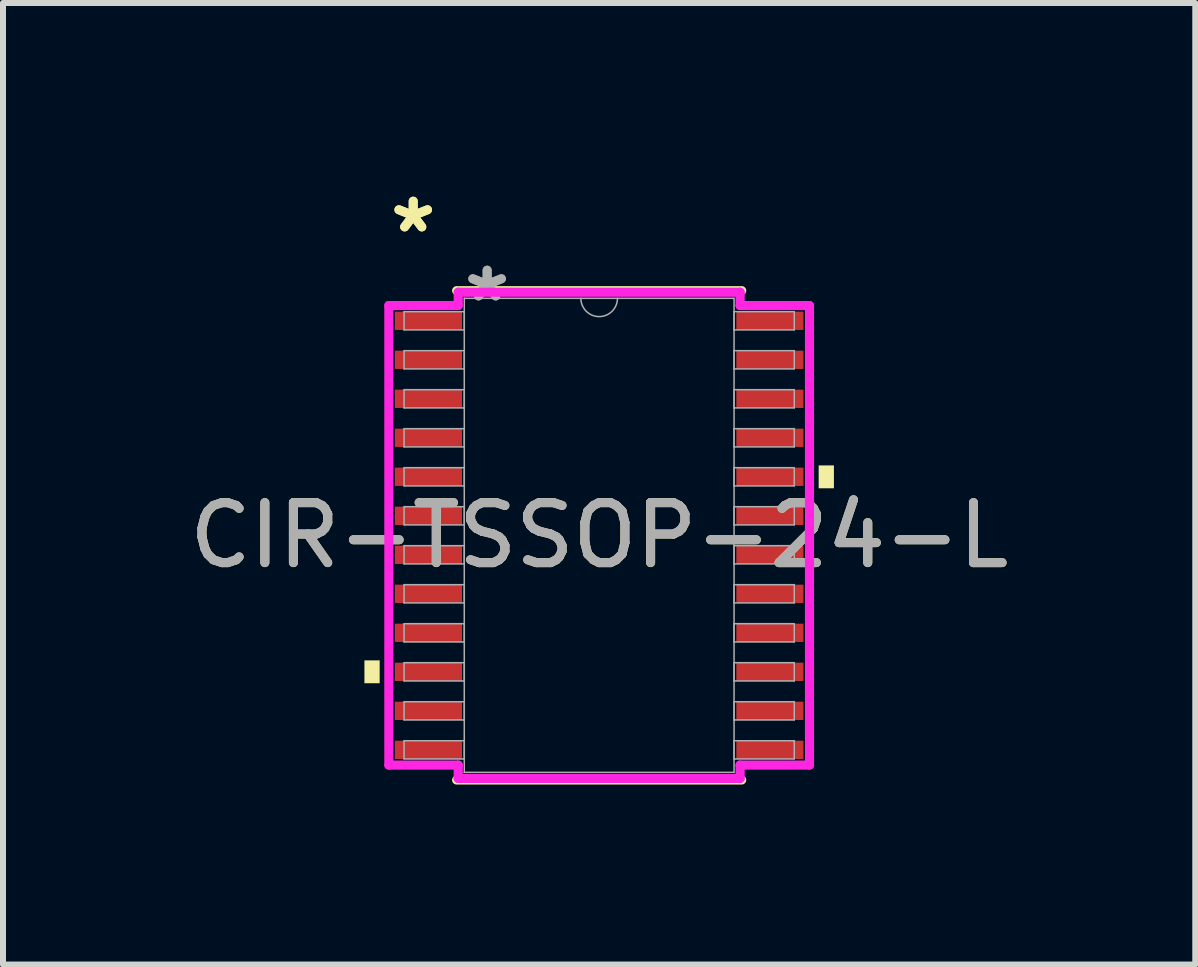
<source format=kicad_pcb>
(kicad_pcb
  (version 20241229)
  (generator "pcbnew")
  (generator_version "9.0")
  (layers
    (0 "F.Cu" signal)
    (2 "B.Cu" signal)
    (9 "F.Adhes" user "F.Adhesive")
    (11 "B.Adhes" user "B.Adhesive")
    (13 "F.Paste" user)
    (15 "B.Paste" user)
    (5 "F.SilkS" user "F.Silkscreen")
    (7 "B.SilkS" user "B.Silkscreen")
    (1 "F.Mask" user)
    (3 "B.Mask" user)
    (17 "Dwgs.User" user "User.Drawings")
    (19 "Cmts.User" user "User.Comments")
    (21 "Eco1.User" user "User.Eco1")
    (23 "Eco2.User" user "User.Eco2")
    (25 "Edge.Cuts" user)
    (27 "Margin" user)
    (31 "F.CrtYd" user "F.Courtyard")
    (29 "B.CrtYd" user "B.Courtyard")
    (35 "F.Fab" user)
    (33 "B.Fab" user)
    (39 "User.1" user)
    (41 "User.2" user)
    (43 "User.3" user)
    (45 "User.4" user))
  (footprint "CIR-TSSOP-24-L"
    (layer "F.Cu")
    (at 6.935 5.871)
    (property "Reference" "CIR-TSSOP-24-L" (at 0 0 0) (unlocked yes) (layer "F.SilkS") (effects (font (size 1 1) (thickness 0.15))))
    (attr smd)
    (fp_line (start -2.375 4.077) (end 2.375 4.077) (stroke (width 0.152) (type solid)) (layer "F.SilkS"))
    (fp_line (start 2.375 -4.077) (end -2.375 -4.077) (stroke (width 0.152) (type solid)) (layer "F.SilkS"))
    (fp_poly (pts (xy -3.912 2.084) (xy -3.912 2.465) (xy -3.658 2.465) (xy -3.658 2.084)) (stroke (width 0) (type solid)) (fill yes) (layer "F.SilkS"))
    (fp_poly (pts (xy 3.912 -1.165) (xy 3.912 -0.784) (xy 3.658 -0.784) (xy 3.658 -1.165)) (stroke (width 0) (type solid)) (fill yes) (layer "F.SilkS"))
    (fp_line (start -3.505 -3.829) (end -2.349 -3.829) (stroke (width 0.152) (type solid)) (layer "F.CrtYd"))
    (fp_line (start -3.505 3.829) (end -3.505 -3.829) (stroke (width 0.152) (type solid)) (layer "F.CrtYd"))
    (fp_line (start -3.505 3.829) (end -2.349 3.829) (stroke (width 0.152) (type solid)) (layer "F.CrtYd"))
    (fp_line (start -2.349 -4.051) (end 2.349 -4.051) (stroke (width 0.152) (type solid)) (layer "F.CrtYd"))
    (fp_line (start -2.349 -3.829) (end -2.349 -4.051) (stroke (width 0.152) (type solid)) (layer "F.CrtYd"))
    (fp_line (start -2.349 4.051) (end -2.349 3.829) (stroke (width 0.152) (type solid)) (layer "F.CrtYd"))
    (fp_line (start 2.349 -4.051) (end 2.349 -3.829) (stroke (width 0.152) (type solid)) (layer "F.CrtYd"))
    (fp_line (start 2.349 3.829) (end 2.349 4.051) (stroke (width 0.152) (type solid)) (layer "F.CrtYd"))
    (fp_line (start 2.349 4.051) (end -2.349 4.051) (stroke (width 0.152) (type solid)) (layer "F.CrtYd"))
    (fp_line (start 3.505 -3.829) (end 2.349 -3.829) (stroke (width 0.152) (type solid)) (layer "F.CrtYd"))
    (fp_line (start 3.505 -3.829) (end 3.505 3.829) (stroke (width 0.152) (type solid)) (layer "F.CrtYd"))
    (fp_line (start 3.505 3.829) (end 2.349 3.829) (stroke (width 0.152) (type solid)) (layer "F.CrtYd"))
    (fp_line (start -3.251 -3.727) (end -3.251 -3.423) (stroke (width 0.025) (type solid)) (layer "F.Fab"))
    (fp_line (start -3.251 -3.423) (end -2.248 -3.423) (stroke (width 0.025) (type solid)) (layer "F.Fab"))
    (fp_line (start -3.251 -3.077) (end -3.251 -2.773) (stroke (width 0.025) (type solid)) (layer "F.Fab"))
    (fp_line (start -3.251 -2.773) (end -2.248 -2.773) (stroke (width 0.025) (type solid)) (layer "F.Fab"))
    (fp_line (start -3.251 -2.427) (end -3.251 -2.123) (stroke (width 0.025) (type solid)) (layer "F.Fab"))
    (fp_line (start -3.251 -2.123) (end -2.248 -2.123) (stroke (width 0.025) (type solid)) (layer "F.Fab"))
    (fp_line (start -3.251 -1.777) (end -3.251 -1.473) (stroke (width 0.025) (type solid)) (layer "F.Fab"))
    (fp_line (start -3.251 -1.473) (end -2.248 -1.473) (stroke (width 0.025) (type solid)) (layer "F.Fab"))
    (fp_line (start -3.251 -1.127) (end -3.251 -0.823) (stroke (width 0.025) (type solid)) (layer "F.Fab"))
    (fp_line (start -3.251 -0.823) (end -2.248 -0.823) (stroke (width 0.025) (type solid)) (layer "F.Fab"))
    (fp_line (start -3.251 -0.477) (end -3.251 -0.173) (stroke (width 0.025) (type solid)) (layer "F.Fab"))
    (fp_line (start -3.251 -0.173) (end -2.248 -0.173) (stroke (width 0.025) (type solid)) (layer "F.Fab"))
    (fp_line (start -3.251 0.173) (end -3.251 0.477) (stroke (width 0.025) (type solid)) (layer "F.Fab"))
    (fp_line (start -3.251 0.477) (end -2.248 0.477) (stroke (width 0.025) (type solid)) (layer "F.Fab"))
    (fp_line (start -3.251 0.823) (end -3.251 1.127) (stroke (width 0.025) (type solid)) (layer "F.Fab"))
    (fp_line (start -3.251 1.127) (end -2.248 1.127) (stroke (width 0.025) (type solid)) (layer "F.Fab"))
    (fp_line (start -3.251 1.473) (end -3.251 1.777) (stroke (width 0.025) (type solid)) (layer "F.Fab"))
    (fp_line (start -3.251 1.777) (end -2.248 1.777) (stroke (width 0.025) (type solid)) (layer "F.Fab"))
    (fp_line (start -3.251 2.123) (end -3.251 2.427) (stroke (width 0.025) (type solid)) (layer "F.Fab"))
    (fp_line (start -3.251 2.427) (end -2.248 2.427) (stroke (width 0.025) (type solid)) (layer "F.Fab"))
    (fp_line (start -3.251 2.773) (end -3.251 3.077) (stroke (width 0.025) (type solid)) (layer "F.Fab"))
    (fp_line (start -3.251 3.077) (end -2.248 3.077) (stroke (width 0.025) (type solid)) (layer "F.Fab"))
    (fp_line (start -3.251 3.423) (end -3.251 3.727) (stroke (width 0.025) (type solid)) (layer "F.Fab"))
    (fp_line (start -3.251 3.727) (end -2.248 3.727) (stroke (width 0.025) (type solid)) (layer "F.Fab"))
    (fp_line (start -2.248 -3.95) (end -2.248 3.95) (stroke (width 0.025) (type solid)) (layer "F.Fab"))
    (fp_line (start -2.248 -3.727) (end -3.251 -3.727) (stroke (width 0.025) (type solid)) (layer "F.Fab"))
    (fp_line (start -2.248 -3.423) (end -2.248 -3.727) (stroke (width 0.025) (type solid)) (layer "F.Fab"))
    (fp_line (start -2.248 -3.077) (end -3.251 -3.077) (stroke (width 0.025) (type solid)) (layer "F.Fab"))
    (fp_line (start -2.248 -2.773) (end -2.248 -3.077) (stroke (width 0.025) (type solid)) (layer "F.Fab"))
    (fp_line (start -2.248 -2.427) (end -3.251 -2.427) (stroke (width 0.025) (type solid)) (layer "F.Fab"))
    (fp_line (start -2.248 -2.123) (end -2.248 -2.427) (stroke (width 0.025) (type solid)) (layer "F.Fab"))
    (fp_line (start -2.248 -1.777) (end -3.251 -1.777) (stroke (width 0.025) (type solid)) (layer "F.Fab"))
    (fp_line (start -2.248 -1.473) (end -2.248 -1.777) (stroke (width 0.025) (type solid)) (layer "F.Fab"))
    (fp_line (start -2.248 -1.127) (end -3.251 -1.127) (stroke (width 0.025) (type solid)) (layer "F.Fab"))
    (fp_line (start -2.248 -0.823) (end -2.248 -1.127) (stroke (width 0.025) (type solid)) (layer "F.Fab"))
    (fp_line (start -2.248 -0.477) (end -3.251 -0.477) (stroke (width 0.025) (type solid)) (layer "F.Fab"))
    (fp_line (start -2.248 -0.173) (end -2.248 -0.477) (stroke (width 0.025) (type solid)) (layer "F.Fab"))
    (fp_line (start -2.248 0.173) (end -3.251 0.173) (stroke (width 0.025) (type solid)) (layer "F.Fab"))
    (fp_line (start -2.248 0.477) (end -2.248 0.173) (stroke (width 0.025) (type solid)) (layer "F.Fab"))
    (fp_line (start -2.248 0.823) (end -3.251 0.823) (stroke (width 0.025) (type solid)) (layer "F.Fab"))
    (fp_line (start -2.248 1.127) (end -2.248 0.823) (stroke (width 0.025) (type solid)) (layer "F.Fab"))
    (fp_line (start -2.248 1.473) (end -3.251 1.473) (stroke (width 0.025) (type solid)) (layer "F.Fab"))
    (fp_line (start -2.248 1.777) (end -2.248 1.473) (stroke (width 0.025) (type solid)) (layer "F.Fab"))
    (fp_line (start -2.248 2.123) (end -3.251 2.123) (stroke (width 0.025) (type solid)) (layer "F.Fab"))
    (fp_line (start -2.248 2.427) (end -2.248 2.123) (stroke (width 0.025) (type solid)) (layer "F.Fab"))
    (fp_line (start -2.248 2.773) (end -3.251 2.773) (stroke (width 0.025) (type solid)) (layer "F.Fab"))
    (fp_line (start -2.248 3.077) (end -2.248 2.773) (stroke (width 0.025) (type solid)) (layer "F.Fab"))
    (fp_line (start -2.248 3.423) (end -3.251 3.423) (stroke (width 0.025) (type solid)) (layer "F.Fab"))
    (fp_line (start -2.248 3.727) (end -2.248 3.423) (stroke (width 0.025) (type solid)) (layer "F.Fab"))
    (fp_line (start -2.248 3.95) (end 2.248 3.95) (stroke (width 0.025) (type solid)) (layer "F.Fab"))
    (fp_line (start 2.248 -3.95) (end -2.248 -3.95) (stroke (width 0.025) (type solid)) (layer "F.Fab"))
    (fp_line (start 2.248 -3.727) (end 2.248 -3.423) (stroke (width 0.025) (type solid)) (layer "F.Fab"))
    (fp_line (start 2.248 -3.423) (end 3.251 -3.423) (stroke (width 0.025) (type solid)) (layer "F.Fab"))
    (fp_line (start 2.248 -3.077) (end 2.248 -2.773) (stroke (width 0.025) (type solid)) (layer "F.Fab"))
    (fp_line (start 2.248 -2.773) (end 3.251 -2.773) (stroke (width 0.025) (type solid)) (layer "F.Fab"))
    (fp_line (start 2.248 -2.427) (end 2.248 -2.123) (stroke (width 0.025) (type solid)) (layer "F.Fab"))
    (fp_line (start 2.248 -2.123) (end 3.251 -2.123) (stroke (width 0.025) (type solid)) (layer "F.Fab"))
    (fp_line (start 2.248 -1.777) (end 2.248 -1.473) (stroke (width 0.025) (type solid)) (layer "F.Fab"))
    (fp_line (start 2.248 -1.473) (end 3.251 -1.473) (stroke (width 0.025) (type solid)) (layer "F.Fab"))
    (fp_line (start 2.248 -1.127) (end 2.248 -0.823) (stroke (width 0.025) (type solid)) (layer "F.Fab"))
    (fp_line (start 2.248 -0.823) (end 3.251 -0.823) (stroke (width 0.025) (type solid)) (layer "F.Fab"))
    (fp_line (start 2.248 -0.477) (end 2.248 -0.173) (stroke (width 0.025) (type solid)) (layer "F.Fab"))
    (fp_line (start 2.248 -0.173) (end 3.251 -0.173) (stroke (width 0.025) (type solid)) (layer "F.Fab"))
    (fp_line (start 2.248 0.173) (end 2.248 0.477) (stroke (width 0.025) (type solid)) (layer "F.Fab"))
    (fp_line (start 2.248 0.477) (end 3.251 0.477) (stroke (width 0.025) (type solid)) (layer "F.Fab"))
    (fp_line (start 2.248 0.823) (end 2.248 1.127) (stroke (width 0.025) (type solid)) (layer "F.Fab"))
    (fp_line (start 2.248 1.127) (end 3.251 1.127) (stroke (width 0.025) (type solid)) (layer "F.Fab"))
    (fp_line (start 2.248 1.473) (end 2.248 1.777) (stroke (width 0.025) (type solid)) (layer "F.Fab"))
    (fp_line (start 2.248 1.777) (end 3.251 1.777) (stroke (width 0.025) (type solid)) (layer "F.Fab"))
    (fp_line (start 2.248 2.123) (end 2.248 2.427) (stroke (width 0.025) (type solid)) (layer "F.Fab"))
    (fp_line (start 2.248 2.427) (end 3.251 2.427) (stroke (width 0.025) (type solid)) (layer "F.Fab"))
    (fp_line (start 2.248 2.773) (end 2.248 3.077) (stroke (width 0.025) (type solid)) (layer "F.Fab"))
    (fp_line (start 2.248 3.077) (end 3.251 3.077) (stroke (width 0.025) (type solid)) (layer "F.Fab"))
    (fp_line (start 2.248 3.423) (end 2.248 3.727) (stroke (width 0.025) (type solid)) (layer "F.Fab"))
    (fp_line (start 2.248 3.727) (end 3.251 3.727) (stroke (width 0.025) (type solid)) (layer "F.Fab"))
    (fp_line (start 2.248 3.95) (end 2.248 -3.95) (stroke (width 0.025) (type solid)) (layer "F.Fab"))
    (fp_line (start 3.251 -3.727) (end 2.248 -3.727) (stroke (width 0.025) (type solid)) (layer "F.Fab"))
    (fp_line (start 3.251 -3.423) (end 3.251 -3.727) (stroke (width 0.025) (type solid)) (layer "F.Fab"))
    (fp_line (start 3.251 -3.077) (end 2.248 -3.077) (stroke (width 0.025) (type solid)) (layer "F.Fab"))
    (fp_line (start 3.251 -2.773) (end 3.251 -3.077) (stroke (width 0.025) (type solid)) (layer "F.Fab"))
    (fp_line (start 3.251 -2.427) (end 2.248 -2.427) (stroke (width 0.025) (type solid)) (layer "F.Fab"))
    (fp_line (start 3.251 -2.123) (end 3.251 -2.427) (stroke (width 0.025) (type solid)) (layer "F.Fab"))
    (fp_line (start 3.251 -1.777) (end 2.248 -1.777) (stroke (width 0.025) (type solid)) (layer "F.Fab"))
    (fp_line (start 3.251 -1.473) (end 3.251 -1.777) (stroke (width 0.025) (type solid)) (layer "F.Fab"))
    (fp_line (start 3.251 -1.127) (end 2.248 -1.127) (stroke (width 0.025) (type solid)) (layer "F.Fab"))
    (fp_line (start 3.251 -0.823) (end 3.251 -1.127) (stroke (width 0.025) (type solid)) (layer "F.Fab"))
    (fp_line (start 3.251 -0.477) (end 2.248 -0.477) (stroke (width 0.025) (type solid)) (layer "F.Fab"))
    (fp_line (start 3.251 -0.173) (end 3.251 -0.477) (stroke (width 0.025) (type solid)) (layer "F.Fab"))
    (fp_line (start 3.251 0.173) (end 2.248 0.173) (stroke (width 0.025) (type solid)) (layer "F.Fab"))
    (fp_line (start 3.251 0.477) (end 3.251 0.173) (stroke (width 0.025) (type solid)) (layer "F.Fab"))
    (fp_line (start 3.251 0.823) (end 2.248 0.823) (stroke (width 0.025) (type solid)) (layer "F.Fab"))
    (fp_line (start 3.251 1.127) (end 3.251 0.823) (stroke (width 0.025) (type solid)) (layer "F.Fab"))
    (fp_line (start 3.251 1.473) (end 2.248 1.473) (stroke (width 0.025) (type solid)) (layer "F.Fab"))
    (fp_line (start 3.251 1.777) (end 3.251 1.473) (stroke (width 0.025) (type solid)) (layer "F.Fab"))
    (fp_line (start 3.251 2.123) (end 2.248 2.123) (stroke (width 0.025) (type solid)) (layer "F.Fab"))
    (fp_line (start 3.251 2.427) (end 3.251 2.123) (stroke (width 0.025) (type solid)) (layer "F.Fab"))
    (fp_line (start 3.251 2.773) (end 2.248 2.773) (stroke (width 0.025) (type solid)) (layer "F.Fab"))
    (fp_line (start 3.251 3.077) (end 3.251 2.773) (stroke (width 0.025) (type solid)) (layer "F.Fab"))
    (fp_line (start 3.251 3.423) (end 2.248 3.423) (stroke (width 0.025) (type solid)) (layer "F.Fab"))
    (fp_line (start 3.251 3.727) (end 3.251 3.423) (stroke (width 0.025) (type solid)) (layer "F.Fab"))
    (fp_arc (start 0.3048 -3.9497) (mid 0 -3.6449) (end -0.3048 -3.9497) (stroke (width 0.0254) (type solid)) (layer "F.Fab"))
    (fp_text user "*" (at -3.099 -5.023 0) (unlocked yes) (layer "F.SilkS") (effects (font (size 1 1) (thickness 0.15))))
    (fp_text user "*" (at -3.099 -5.023 0) (layer "F.SilkS") (effects (font (size 1 1) (thickness 0.15))))
    (fp_text user "*" (at -1.867 -3.873 0) (layer "F.Fab") (effects (font (size 1 1) (thickness 0.15))))
    (fp_text user "${REFERENCE}" (at 0 0 0) (unlocked yes) (layer "F.Fab") (effects (font (size 1 1) (thickness 0.15))))
    (fp_text user "*" (at -1.867 -3.873 0) (unlocked yes) (layer "F.Fab") (effects (font (size 1 1) (thickness 0.15))))
    (pad "1" smd rect (at -2.845 -3.575) (size 1.118 0.305) (layers "F.Cu" "F.Mask" "F.Paste"))
    (pad "2" smd rect (at -2.845 -2.925) (size 1.118 0.305) (layers "F.Cu" "F.Mask" "F.Paste"))
    (pad "3" smd rect (at -2.845 -2.275) (size 1.118 0.305) (layers "F.Cu" "F.Mask" "F.Paste"))
    (pad "4" smd rect (at -2.845 -1.625) (size 1.118 0.305) (layers "F.Cu" "F.Mask" "F.Paste"))
    (pad "5" smd rect (at -2.845 -0.975) (size 1.118 0.305) (layers "F.Cu" "F.Mask" "F.Paste"))
    (pad "6" smd rect (at -2.845 -0.325) (size 1.118 0.305) (layers "F.Cu" "F.Mask" "F.Paste"))
    (pad "7" smd rect (at -2.845 0.325) (size 1.118 0.305) (layers "F.Cu" "F.Mask" "F.Paste"))
    (pad "8" smd rect (at -2.845 0.975) (size 1.118 0.305) (layers "F.Cu" "F.Mask" "F.Paste"))
    (pad "9" smd rect (at -2.845 1.625) (size 1.118 0.305) (layers "F.Cu" "F.Mask" "F.Paste"))
    (pad "10" smd rect (at -2.845 2.275) (size 1.118 0.305) (layers "F.Cu" "F.Mask" "F.Paste"))
    (pad "11" smd rect (at -2.845 2.925) (size 1.118 0.305) (layers "F.Cu" "F.Mask" "F.Paste"))
    (pad "12" smd rect (at -2.845 3.575) (size 1.118 0.305) (layers "F.Cu" "F.Mask" "F.Paste"))
    (pad "13" smd rect (at 2.845 3.575) (size 1.118 0.305) (layers "F.Cu" "F.Mask" "F.Paste"))
    (pad "14" smd rect (at 2.845 2.925) (size 1.118 0.305) (layers "F.Cu" "F.Mask" "F.Paste"))
    (pad "15" smd rect (at 2.845 2.275) (size 1.118 0.305) (layers "F.Cu" "F.Mask" "F.Paste"))
    (pad "16" smd rect (at 2.845 1.625) (size 1.118 0.305) (layers "F.Cu" "F.Mask" "F.Paste"))
    (pad "17" smd rect (at 2.845 0.975) (size 1.118 0.305) (layers "F.Cu" "F.Mask" "F.Paste"))
    (pad "18" smd rect (at 2.845 0.325) (size 1.118 0.305) (layers "F.Cu" "F.Mask" "F.Paste"))
    (pad "19" smd rect (at 2.845 -0.325) (size 1.118 0.305) (layers "F.Cu" "F.Mask" "F.Paste"))
    (pad "20" smd rect (at 2.845 -0.975) (size 1.118 0.305) (layers "F.Cu" "F.Mask" "F.Paste"))
    (pad "21" smd rect (at 2.845 -1.625) (size 1.118 0.305) (layers "F.Cu" "F.Mask" "F.Paste"))
    (pad "22" smd rect (at 2.845 -2.275) (size 1.118 0.305) (layers "F.Cu" "F.Mask" "F.Paste"))
    (pad "23" smd rect (at 2.845 -2.925) (size 1.118 0.305) (layers "F.Cu" "F.Mask" "F.Paste"))
    (pad "24" smd rect (at 2.845 -3.575) (size 1.118 0.305) (layers "F.Cu" "F.Mask" "F.Paste")))
  (gr_rect
    (start -3 -3)
    (end 16.869 13.024)
    (stroke (width 0.1) (type default))
    (fill no)
    (layer "Edge.Cuts")))
</source>
